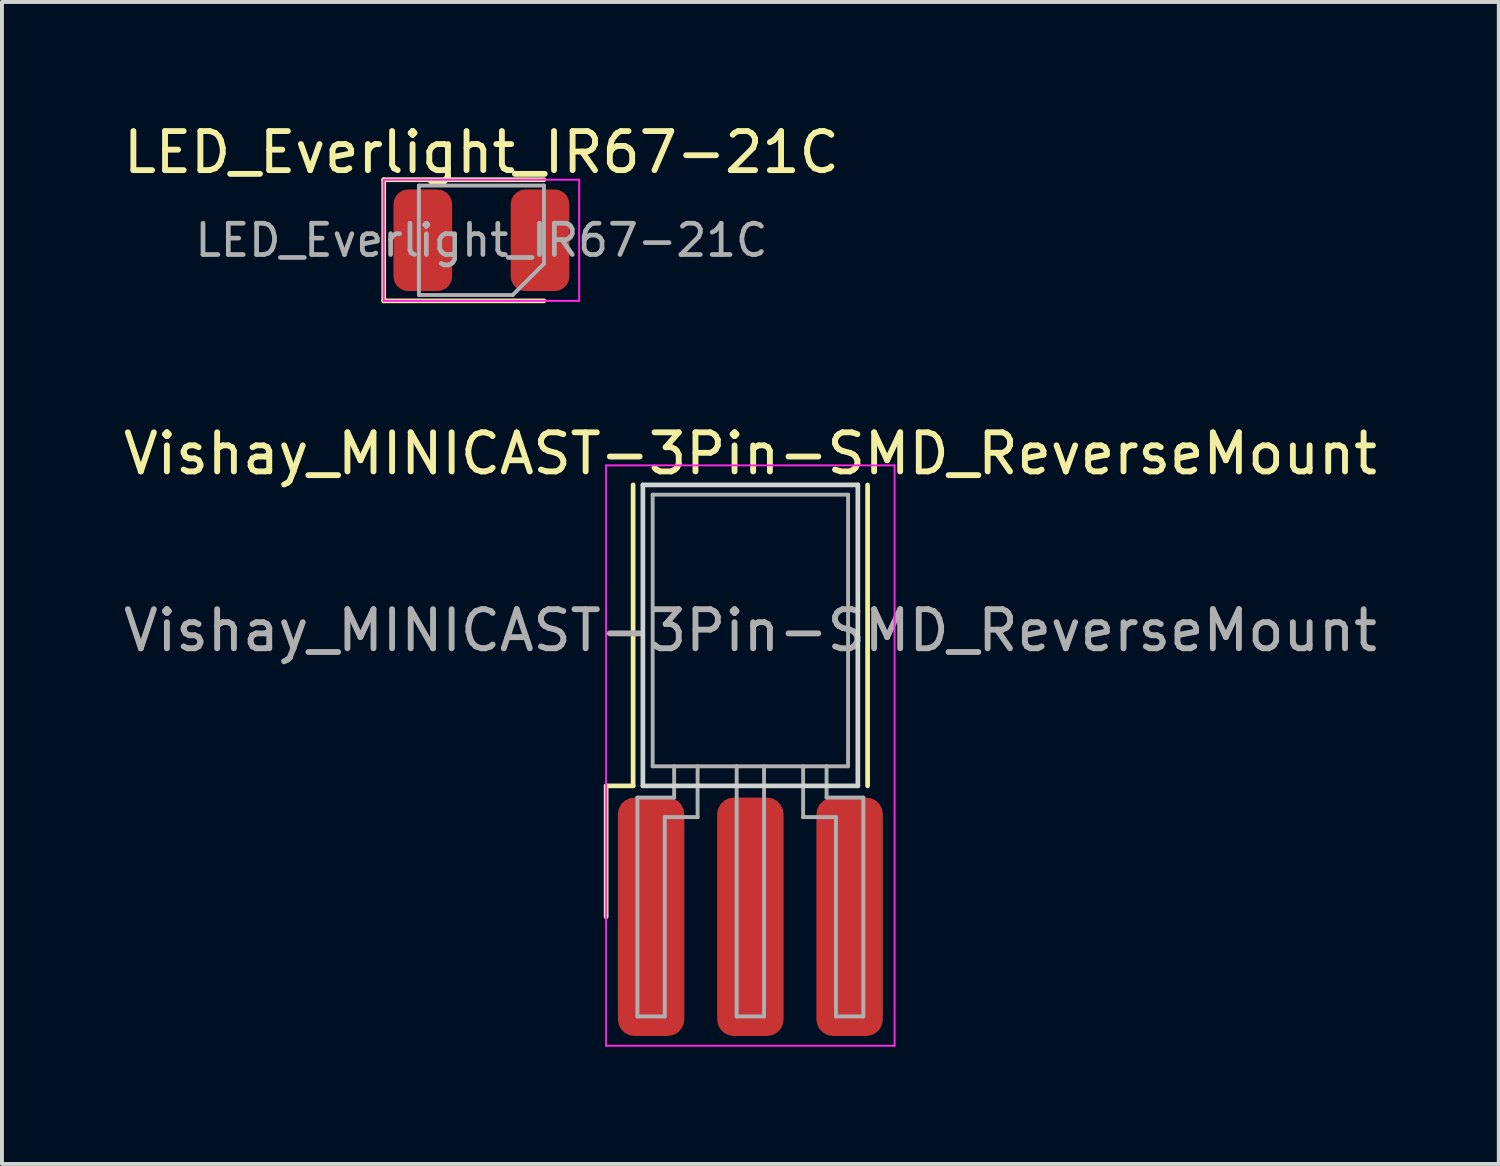
<source format=kicad_pcb>
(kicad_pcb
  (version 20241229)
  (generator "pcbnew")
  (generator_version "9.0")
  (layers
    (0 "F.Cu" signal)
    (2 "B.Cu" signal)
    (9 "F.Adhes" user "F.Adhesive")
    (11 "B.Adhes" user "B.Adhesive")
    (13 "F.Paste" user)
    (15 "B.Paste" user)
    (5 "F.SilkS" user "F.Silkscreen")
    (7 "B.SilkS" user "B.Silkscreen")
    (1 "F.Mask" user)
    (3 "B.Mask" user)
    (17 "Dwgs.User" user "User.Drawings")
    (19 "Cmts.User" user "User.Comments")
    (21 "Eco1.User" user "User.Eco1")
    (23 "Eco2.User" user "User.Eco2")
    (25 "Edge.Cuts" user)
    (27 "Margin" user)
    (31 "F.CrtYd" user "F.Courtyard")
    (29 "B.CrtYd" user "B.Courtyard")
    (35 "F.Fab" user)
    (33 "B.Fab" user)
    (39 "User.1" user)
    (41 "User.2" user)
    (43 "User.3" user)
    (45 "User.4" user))
  (footprint "LED_Everlight_IR67-21C"
    (layer "F.Cu")
    (at 9.268 3.098)
    (property "Reference" "LED_Everlight_IR67-21C" (at 0 -2.25 0) (unlocked yes) (layer "F.SilkS") (effects (font (size 1 1) (thickness 0.15))))
    (attr smd)
    (fp_line (start -2.5 -1.55) (end -2.5 1.55) (stroke (width 0.12) (type solid)) (layer "F.SilkS"))
    (fp_line (start -2.5 -1.55) (end 1.6 -1.55) (stroke (width 0.12) (type solid)) (layer "F.SilkS"))
    (fp_line (start -2.5 1.55) (end 1.6 1.55) (stroke (width 0.12) (type solid)) (layer "F.SilkS"))
    (fp_line (start -2.5 -1.55) (end 2.5 -1.55) (stroke (width 0.05) (type solid)) (layer "F.CrtYd"))
    (fp_line (start -2.5 1.55) (end -2.5 -1.55) (stroke (width 0.05) (type solid)) (layer "F.CrtYd"))
    (fp_line (start -2.5 1.55) (end 2.5 1.55) (stroke (width 0.05) (type solid)) (layer "F.CrtYd"))
    (fp_line (start 2.5 -1.55) (end 2.5 1.55) (stroke (width 0.05) (type solid)) (layer "F.CrtYd"))
    (fp_line (start -1.6 -1.4) (end 1.6 -1.4) (stroke (width 0.1) (type solid)) (layer "F.Fab"))
    (fp_line (start -1.6 1.4) (end -1.6 -1.4) (stroke (width 0.1) (type solid)) (layer "F.Fab"))
    (fp_line (start 0.8 1.4) (end -1.6 1.4) (stroke (width 0.1) (type solid)) (layer "F.Fab"))
    (fp_line (start 1.6 -1.4) (end 1.6 0.6) (stroke (width 0.1) (type solid)) (layer "F.Fab"))
    (fp_line (start 1.6 0.6) (end 0.8 1.4) (stroke (width 0.1) (type solid)) (layer "F.Fab"))
    (fp_text user "${REFERENCE}" (at 0 0 0) (unlocked yes) (layer "F.Fab") (effects (font (size 0.8 0.8) (thickness 0.12))))
    (pad "1" smd roundrect (at -1.5 0) (size 1.5 2.6) (layers "F.Cu" "F.Mask" "F.Paste") (roundrect_rratio 0.25))
    (pad "2" smd roundrect (at 1.5 0) (size 1.5 2.6) (layers "F.Cu" "F.Mask" "F.Paste") (roundrect_rratio 0.25)))
  (footprint "Vishay_MINICAST-3Pin-SMD_ReverseMount"
    (layer "F.Cu")
    (at 16.149 13.082)
    (property "Reference" "Vishay_MINICAST-3Pin-SMD_ReverseMount" (at 0 -4.525 0) (unlocked yes) (layer "F.SilkS") (effects (font (size 1 1) (thickness 0.15))))
    (attr smd)
    (fp_line (start -3.69 3.975) (end -3.69 7.325) (stroke (width 0.12) (type solid)) (layer "F.SilkS"))
    (fp_line (start -3 -3.725) (end -3 3.975) (stroke (width 0.12) (type solid)) (layer "F.SilkS"))
    (fp_line (start -3 3.975) (end -3.69 3.975) (stroke (width 0.12) (type solid)) (layer "F.SilkS"))
    (fp_line (start 3 -3.725) (end 3 3.975) (stroke (width 0.12) (type solid)) (layer "F.SilkS"))
    (fp_line (start -2.75 -3.725) (end 2.75 -3.725) (stroke (width 0.12) (type solid)) (layer "Edge.Cuts"))
    (fp_line (start -2.75 3.975) (end -2.75 -3.725) (stroke (width 0.12) (type solid)) (layer "Edge.Cuts"))
    (fp_line (start -2.75 3.975) (end 2.75 3.975) (stroke (width 0.12) (type solid)) (layer "Edge.Cuts"))
    (fp_line (start 2.75 -3.725) (end 2.75 3.975) (stroke (width 0.12) (type solid)) (layer "Edge.Cuts"))
    (fp_line (start -3.69 -4.225) (end 3.69 -4.225) (stroke (width 0.05) (type solid)) (layer "F.CrtYd"))
    (fp_line (start -3.69 10.625) (end -3.69 -4.225) (stroke (width 0.05) (type solid)) (layer "F.CrtYd"))
    (fp_line (start -3.69 10.625) (end 3.69 10.625) (stroke (width 0.05) (type solid)) (layer "F.CrtYd"))
    (fp_line (start 3.69 -4.225) (end 3.69 10.625) (stroke (width 0.05) (type solid)) (layer "F.CrtYd"))
    (fp_line (start -2.89 4.275) (end -1.95 4.275) (stroke (width 0.1) (type solid)) (layer "F.Fab"))
    (fp_line (start -2.89 9.875) (end -2.89 4.275) (stroke (width 0.1) (type solid)) (layer "F.Fab"))
    (fp_line (start -2.5 -3.475) (end 2.5 -3.475) (stroke (width 0.1) (type solid)) (layer "F.Fab"))
    (fp_line (start -2.5 3.475) (end -2.5 -3.475) (stroke (width 0.1) (type solid)) (layer "F.Fab"))
    (fp_line (start -2.19 4.775) (end -2.19 9.875) (stroke (width 0.1) (type solid)) (layer "F.Fab"))
    (fp_line (start -2.19 9.875) (end -2.89 9.875) (stroke (width 0.1) (type solid)) (layer "F.Fab"))
    (fp_line (start -1.95 4.275) (end -1.95 3.475) (stroke (width 0.1) (type solid)) (layer "F.Fab"))
    (fp_line (start -1.35 3.475) (end -1.35 4.775) (stroke (width 0.1) (type solid)) (layer "F.Fab"))
    (fp_line (start -1.35 4.775) (end -2.19 4.775) (stroke (width 0.1) (type solid)) (layer "F.Fab"))
    (fp_line (start -0.35 3.475) (end -0.35 9.875) (stroke (width 0.1) (type solid)) (layer "F.Fab"))
    (fp_line (start -0.35 9.875) (end 0.35 9.875) (stroke (width 0.1) (type solid)) (layer "F.Fab"))
    (fp_line (start 0.35 9.875) (end 0.35 3.475) (stroke (width 0.1) (type solid)) (layer "F.Fab"))
    (fp_line (start 1.35 3.475) (end 1.35 4.775) (stroke (width 0.1) (type solid)) (layer "F.Fab"))
    (fp_line (start 1.35 4.775) (end 2.19 4.775) (stroke (width 0.1) (type solid)) (layer "F.Fab"))
    (fp_line (start 1.95 4.275) (end 1.95 3.475) (stroke (width 0.1) (type solid)) (layer "F.Fab"))
    (fp_line (start 2.19 4.775) (end 2.19 9.875) (stroke (width 0.1) (type solid)) (layer "F.Fab"))
    (fp_line (start 2.19 9.875) (end 2.89 9.875) (stroke (width 0.1) (type solid)) (layer "F.Fab"))
    (fp_line (start 2.5 -3.475) (end 2.5 3.475) (stroke (width 0.1) (type solid)) (layer "F.Fab"))
    (fp_line (start 2.5 3.475) (end -2.5 3.475) (stroke (width 0.1) (type solid)) (layer "F.Fab"))
    (fp_line (start 2.89 4.275) (end 1.95 4.275) (stroke (width 0.1) (type solid)) (layer "F.Fab"))
    (fp_line (start 2.89 9.875) (end 2.89 4.275) (stroke (width 0.1) (type solid)) (layer "F.Fab"))
    (fp_text user "${REFERENCE}" (at 0 0 0) (unlocked yes) (layer "F.Fab") (effects (font (size 1 1) (thickness 0.15))))
    (pad "1" smd roundrect (at 2.54 7.325) (size 1.7 6.1) (layers "F.Cu" "F.Mask") (roundrect_rratio 0.25))
    (pad "2" smd roundrect (at 0 7.325) (size 1.7 6.1) (layers "F.Cu" "F.Mask") (roundrect_rratio 0.25))
    (pad "3" smd roundrect (at -2.54 7.325) (size 1.7 6.1) (layers "F.Cu" "F.Mask") (roundrect_rratio 0.25)))
  (gr_rect
    (start -3 -3)
    (end 35.298 26.732)
    (stroke (width 0.1) (type default))
    (fill no)
    (layer "Edge.Cuts")))
</source>
